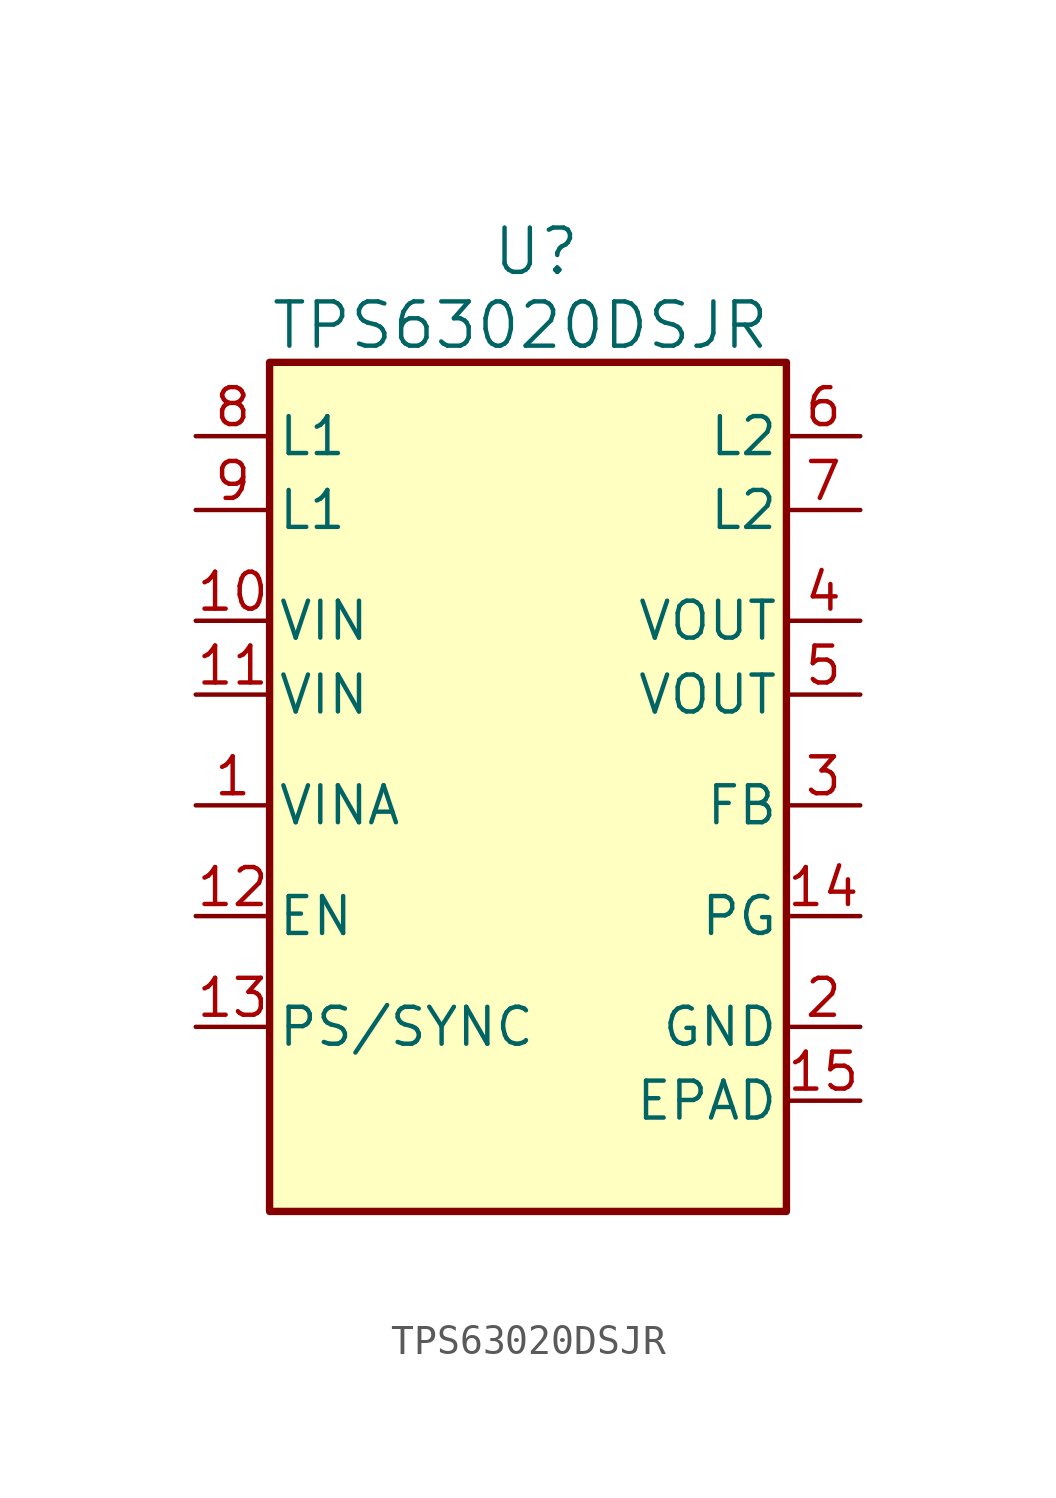
<source format=kicad_sym>
(kicad_symbol_lib
  (version 20220914)
  (generator kicad_symbol_editor)
  (symbol "TPS63020DSJR"
    (pin_names
      (offset 0.254))
    (property "Reference" "U"
      (at 48.26 8.89 0)
      (effects (font (size 1.524 1.524)) (justify left)))
    (property "Value" "TPS63020DSJR"
      (at 40.64 6.35 0)
      (effects (font (size 1.524 1.524)) (justify left)))
    (property "ki_locked" ""
      (at 0 0 0)
      (effects (font (size 1.27 1.27))))
    (symbol "TPS63020DSJR_1_1"
      (rectangle (start 40.64 5.08) (end 58.42 -24.13) (stroke (width 0.254) (type default)) (fill (type background)))
      (pin input line (at 38.1 -10.16 0) (length 2.54) (name "VINA" (effects (font (size 1.27 1.27)))) (number "1" (effects (font (size 1.27 1.27)))))
      (pin input line (at 38.1 -3.81 0) (length 2.54) (name "VIN" (effects (font (size 1.27 1.27)))) (number "10" (effects (font (size 1.27 1.27)))))
      (pin input line (at 38.1 -6.35 0) (length 2.54) (name "VIN" (effects (font (size 1.27 1.27)))) (number "11" (effects (font (size 1.27 1.27)))))
      (pin input line (at 38.1 -13.97 0) (length 2.54) (name "EN" (effects (font (size 1.27 1.27)))) (number "12" (effects (font (size 1.27 1.27)))))
      (pin input line (at 38.1 -17.78 0) (length 2.54) (name "PS/SYNC" (effects (font (size 1.27 1.27)))) (number "13" (effects (font (size 1.27 1.27)))))
      (pin output line (at 60.96 -13.97 180) (length 2.54) (name "PG" (effects (font (size 1.27 1.27)))) (number "14" (effects (font (size 1.27 1.27)))))
      (pin unspecified line (at 60.96 -20.32 180) (length 2.54) (name "EPAD" (effects (font (size 1.27 1.27)))) (number "15" (effects (font (size 1.27 1.27)))))
      (pin power_in line (at 60.96 -17.78 180) (length 2.54) (name "GND" (effects (font (size 1.27 1.27)))) (number "2" (effects (font (size 1.27 1.27)))))
      (pin input line (at 60.96 -10.16 180) (length 2.54) (name "FB" (effects (font (size 1.27 1.27)))) (number "3" (effects (font (size 1.27 1.27)))))
      (pin output line (at 60.96 -3.81 180) (length 2.54) (name "VOUT" (effects (font (size 1.27 1.27)))) (number "4" (effects (font (size 1.27 1.27)))))
      (pin output line (at 60.96 -6.35 180) (length 2.54) (name "VOUT" (effects (font (size 1.27 1.27)))) (number "5" (effects (font (size 1.27 1.27)))))
      (pin input line (at 60.96 2.54 180) (length 2.54) (name "L2" (effects (font (size 1.27 1.27)))) (number "6" (effects (font (size 1.27 1.27)))))
      (pin input line (at 60.96 0 180) (length 2.54) (name "L2" (effects (font (size 1.27 1.27)))) (number "7" (effects (font (size 1.27 1.27)))))
      (pin input line (at 38.1 2.54 0) (length 2.54) (name "L1" (effects (font (size 1.27 1.27)))) (number "8" (effects (font (size 1.27 1.27)))))
      (pin input line (at 38.1 0 0) (length 2.54) (name "L1" (effects (font (size 1.27 1.27)))) (number "9" (effects (font (size 1.27 1.27))))))))
</source>
